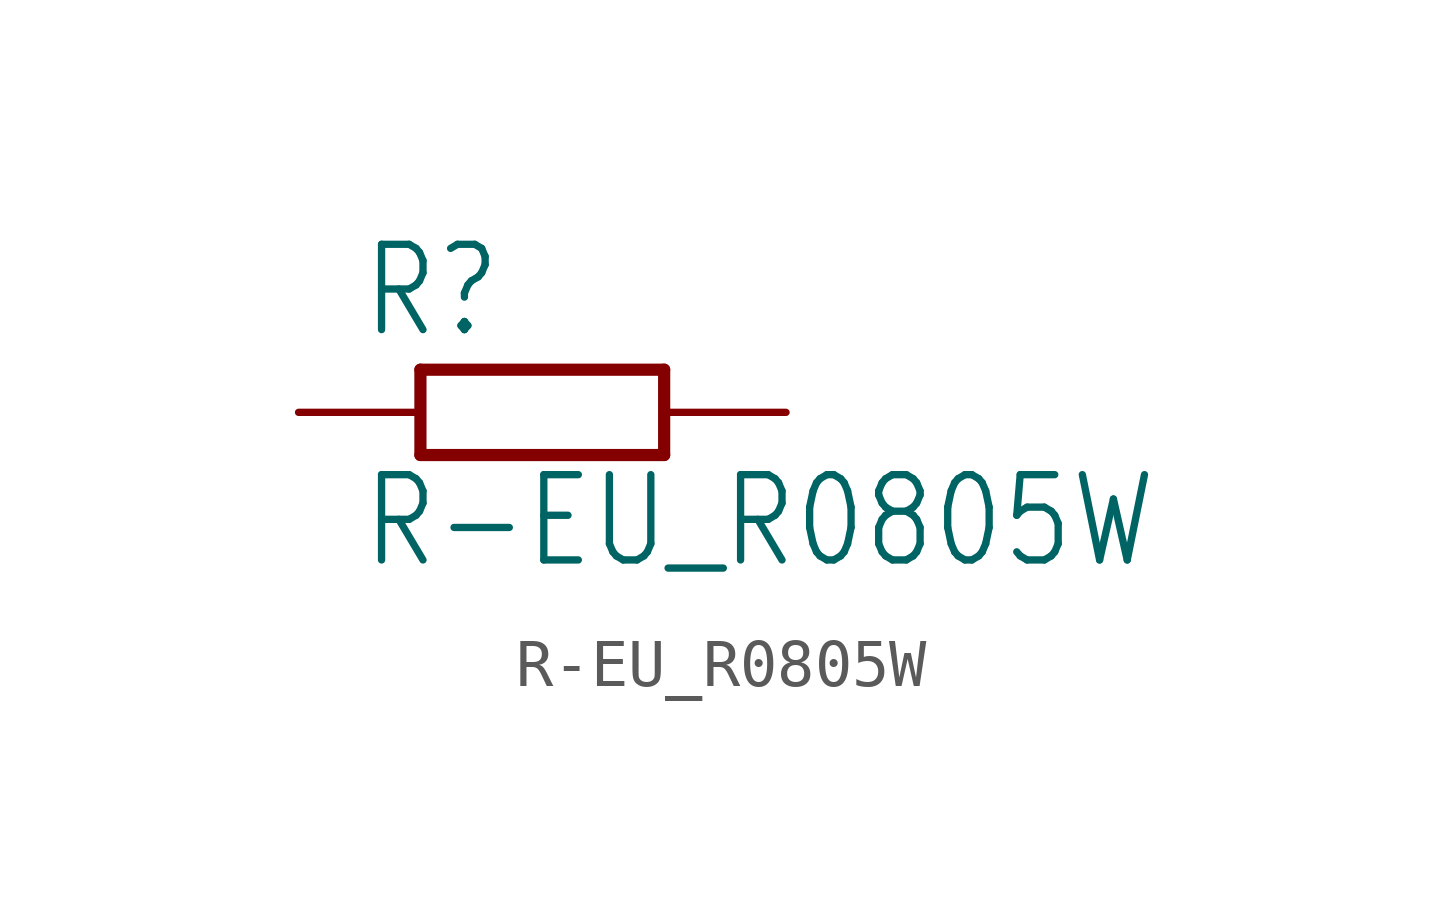
<source format=kicad_sym>
(kicad_symbol_lib
  (version 20211014)
  (generator kicad_symbol_editor)
  (symbol "R-EU_R0805W"
    (property "Reference" "R"
      (at -3.81 1.499 0)
      (effects (font (size 1.778 1.511)) (justify left bottom)))
    (property "Value" "R-EU_R0805W"
      (at -3.81 -3.302 0)
      (effects (font (size 1.778 1.511)) (justify left bottom)))
    (property "ki_locked" ""
      (at 0 0 0)
      (effects (font (size 1.27 1.27))))
    (symbol "R-EU_R0805W_1_0"
      (polyline (pts (xy -2.54 -0.889) (xy -2.54 0.889)) (stroke (width 0.254) (type default) (color 0 0 0 0)) (fill (type none)))
      (polyline (pts (xy -2.54 -0.889) (xy 2.54 -0.889)) (stroke (width 0.254) (type default) (color 0 0 0 0)) (fill (type none)))
      (polyline (pts (xy 2.54 -0.889) (xy 2.54 0.889)) (stroke (width 0.254) (type default) (color 0 0 0 0)) (fill (type none)))
      (polyline (pts (xy 2.54 0.889) (xy -2.54 0.889)) (stroke (width 0.254) (type default) (color 0 0 0 0)) (fill (type none)))
      (pin passive line (at -5.08 0 0) (length 2.54) (name "1" (effects (font (size 0 0)))) (number "1" (effects (font (size 0 0)))))
      (pin passive line (at 5.08 0 180) (length 2.54) (name "2" (effects (font (size 0 0)))) (number "2" (effects (font (size 0 0))))))))
</source>
